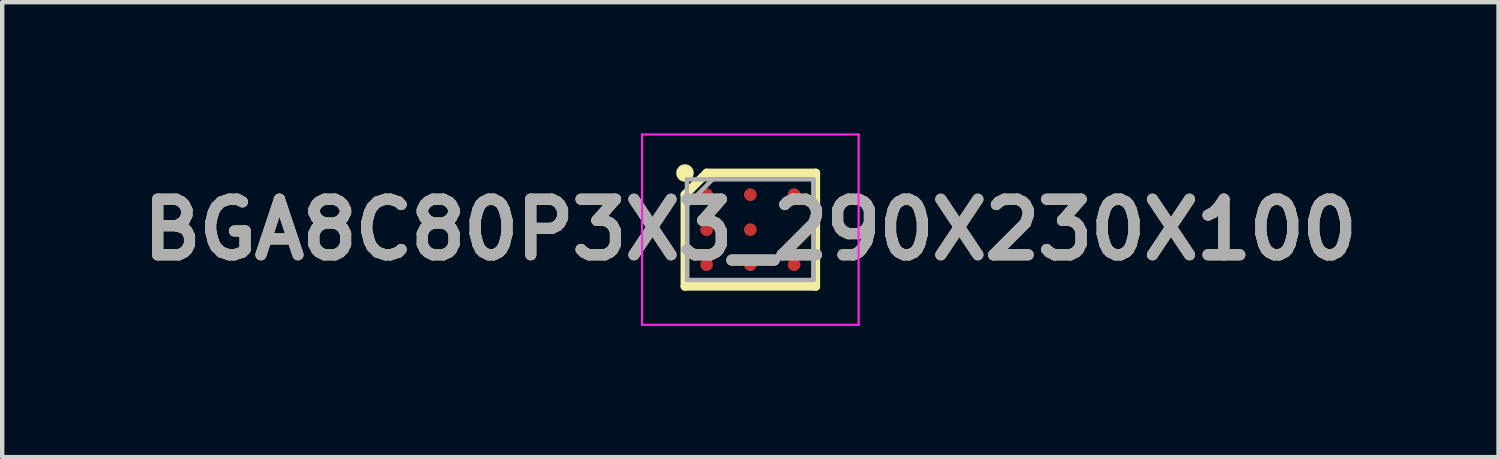
<source format=kicad_pcb>
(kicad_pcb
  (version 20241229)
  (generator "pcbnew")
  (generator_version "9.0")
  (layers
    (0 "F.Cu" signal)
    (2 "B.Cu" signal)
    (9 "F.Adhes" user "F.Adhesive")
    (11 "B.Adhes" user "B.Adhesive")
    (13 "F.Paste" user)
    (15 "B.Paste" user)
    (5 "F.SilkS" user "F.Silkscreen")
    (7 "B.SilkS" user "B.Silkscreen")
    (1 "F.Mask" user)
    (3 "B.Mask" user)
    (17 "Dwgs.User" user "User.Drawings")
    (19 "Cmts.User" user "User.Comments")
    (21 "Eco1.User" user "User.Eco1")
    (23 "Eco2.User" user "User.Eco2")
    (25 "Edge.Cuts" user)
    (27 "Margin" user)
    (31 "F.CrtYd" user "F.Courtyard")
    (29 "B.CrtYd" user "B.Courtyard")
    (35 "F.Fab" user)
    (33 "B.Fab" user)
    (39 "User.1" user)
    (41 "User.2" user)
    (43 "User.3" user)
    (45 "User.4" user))
  (footprint "BGA8C80P3X3_290X230X100"
    (layer "F.Cu")
    (at 14.103 2.2)
    (property "Reference" "BGA8C80P3X3_290X230X100" (at 0 0 0) (layer "F.SilkS") (effects (font (size 1.27 1.27) (thickness 0.254))))
    (attr smd)
    (fp_line (start -1.495 -0.8) (end -1 -1.295) (stroke (width 0.2) (type solid)) (layer "F.SilkS"))
    (fp_line (start -1.495 1.295) (end -1.495 -0.8) (stroke (width 0.2) (type solid)) (layer "F.SilkS"))
    (fp_line (start -1 -1.295) (end 1.495 -1.295) (stroke (width 0.2) (type solid)) (layer "F.SilkS"))
    (fp_line (start 1.495 -1.295) (end 1.495 1.295) (stroke (width 0.2) (type solid)) (layer "F.SilkS"))
    (fp_line (start 1.495 1.295) (end -1.495 1.295) (stroke (width 0.2) (type solid)) (layer "F.SilkS"))
    (fp_circle (center -1.495 -1.295) (end -1.495 -1.195) (stroke (width 0.2) (type solid)) (fill no) (layer "F.SilkS"))
    (fp_line (start -2.475 -2.175) (end 2.475 -2.175) (stroke (width 0.05) (type solid)) (layer "F.CrtYd"))
    (fp_line (start -2.475 2.175) (end -2.475 -2.175) (stroke (width 0.05) (type solid)) (layer "F.CrtYd"))
    (fp_line (start 2.475 -2.175) (end 2.475 2.175) (stroke (width 0.05) (type solid)) (layer "F.CrtYd"))
    (fp_line (start 2.475 2.175) (end -2.475 2.175) (stroke (width 0.05) (type solid)) (layer "F.CrtYd"))
    (fp_line (start -1.45 -1.15) (end 1.45 -1.15) (stroke (width 0.1) (type solid)) (layer "F.Fab"))
    (fp_line (start -1.45 -0.562) (end -0.862 -1.15) (stroke (width 0.1) (type solid)) (layer "F.Fab"))
    (fp_line (start -1.45 1.15) (end -1.45 -1.15) (stroke (width 0.1) (type solid)) (layer "F.Fab"))
    (fp_line (start 1.45 -1.15) (end 1.45 1.15) (stroke (width 0.1) (type solid)) (layer "F.Fab"))
    (fp_line (start 1.45 1.15) (end -1.45 1.15) (stroke (width 0.1) (type solid)) (layer "F.Fab"))
    (fp_text user "${REFERENCE}" (at 0 0 0) (layer "F.Fab") (effects (font (size 1.27 1.27) (thickness 0.254))))
    (pad "A1" smd circle (at -1 -0.8 90) (size 0.29 0.29) (layers "F.Cu" "F.Mask" "F.Paste"))
    (pad "A2" smd circle (at 0 -0.8 90) (size 0.29 0.29) (layers "F.Cu" "F.Mask" "F.Paste"))
    (pad "A3" smd circle (at 1 -0.8 90) (size 0.29 0.29) (layers "F.Cu" "F.Mask" "F.Paste"))
    (pad "B1" smd circle (at -1 0 90) (size 0.29 0.29) (layers "F.Cu" "F.Mask" "F.Paste"))
    (pad "B2" smd circle (at 0 0 90) (size 0.29 0.29) (layers "F.Cu" "F.Mask" "F.Paste"))
    (pad "C1" smd circle (at -1 0.8 90) (size 0.29 0.29) (layers "F.Cu" "F.Mask" "F.Paste"))
    (pad "C2" smd circle (at 0 0.8 90) (size 0.29 0.29) (layers "F.Cu" "F.Mask" "F.Paste"))
    (pad "C3" smd circle (at 1 0.8 90) (size 0.29 0.29) (layers "F.Cu" "F.Mask" "F.Paste")))
  (gr_rect
    (start -3 -3)
    (end 31.206 7.4)
    (stroke (width 0.1) (type default))
    (fill no)
    (layer "Edge.Cuts")))
</source>
